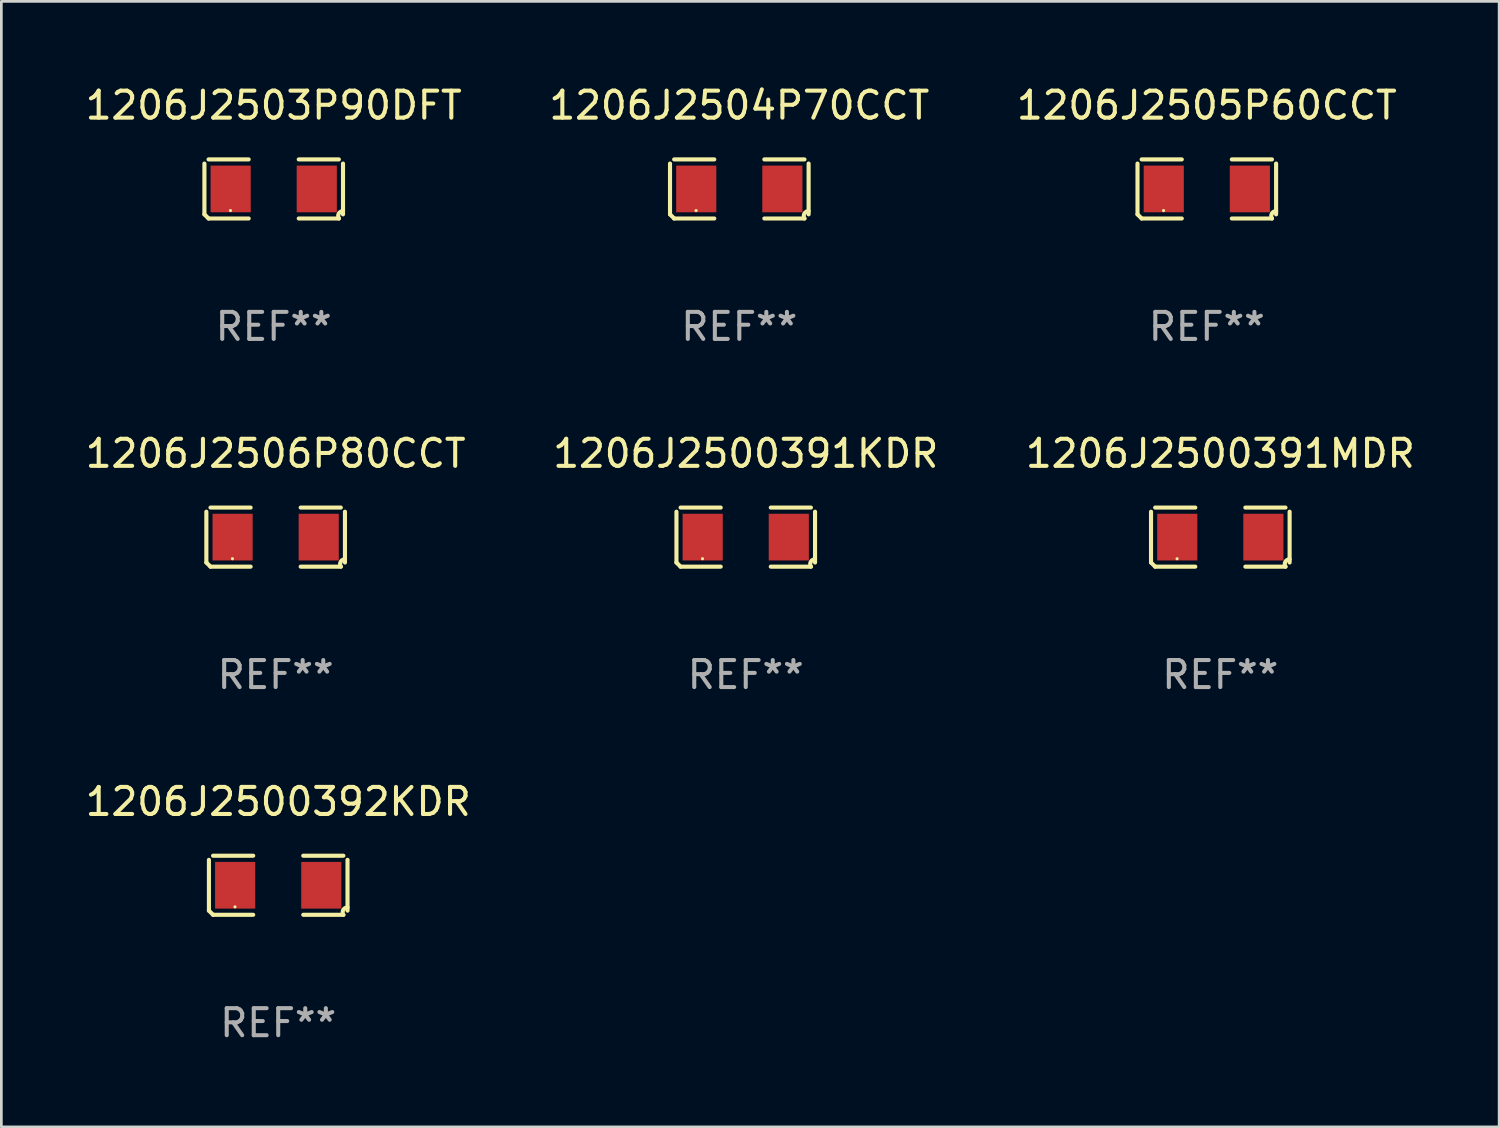
<source format=kicad_pcb>
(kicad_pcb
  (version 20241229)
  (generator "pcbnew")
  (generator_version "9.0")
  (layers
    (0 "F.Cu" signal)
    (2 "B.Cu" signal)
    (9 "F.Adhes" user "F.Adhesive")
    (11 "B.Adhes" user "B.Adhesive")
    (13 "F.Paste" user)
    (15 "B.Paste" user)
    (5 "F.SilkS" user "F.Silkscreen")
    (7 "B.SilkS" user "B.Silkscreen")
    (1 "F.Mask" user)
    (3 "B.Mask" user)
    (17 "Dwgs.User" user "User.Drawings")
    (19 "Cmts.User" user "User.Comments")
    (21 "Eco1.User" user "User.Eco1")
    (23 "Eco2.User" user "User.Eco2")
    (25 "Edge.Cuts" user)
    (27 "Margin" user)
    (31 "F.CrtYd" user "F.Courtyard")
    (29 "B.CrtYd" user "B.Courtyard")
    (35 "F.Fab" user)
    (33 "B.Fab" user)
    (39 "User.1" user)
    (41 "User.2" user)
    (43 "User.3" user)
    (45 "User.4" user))
  (footprint "1206J2503P90DFT"
    (layer "F.Cu")
    (at 7.077 3.941)
    (property "Reference" "1206J2503P90DFT" (at 0 -3.093 0) (layer "F.SilkS") (effects (font (size 1 1) (thickness 0.15))))
    (attr through_hole)
    (fp_line (start -2.564 0.94) (end -2.564 -0.94) (stroke (width 0.152) (type solid)) (layer "F.SilkS"))
    (fp_line (start -2.411 -1.093) (end -0.926 -1.093) (stroke (width 0.152) (type solid)) (layer "F.SilkS"))
    (fp_line (start -0.926 1.093) (end -2.411 1.093) (stroke (width 0.152) (type solid)) (layer "F.SilkS"))
    (fp_line (start 0.926 1.093) (end 2.411 1.093) (stroke (width 0.152) (type solid)) (layer "F.SilkS"))
    (fp_line (start 2.411 -1.093) (end 0.926 -1.093) (stroke (width 0.152) (type solid)) (layer "F.SilkS"))
    (fp_line (start 2.564 0.94) (end 2.564 -0.94) (stroke (width 0.152) (type solid)) (layer "F.SilkS"))
    (fp_arc (start -2.411201 1.092609) (mid -2.487413 1.01642) (end -2.563602 0.940208) (stroke (width 0.1524) (type solid)) (layer "F.SilkS"))
    (fp_arc (start 2.411201 1.092609) (mid 2.407159 0.911226) (end 2.563602 0.819347) (stroke (width 0.1524) (type solid)) (layer "F.SilkS"))
    (fp_circle (center -1.6 0.8) (end -1.57 0.8) (stroke (width 0.06) (type solid)) (fill no) (layer "F.SilkS"))
    (fp_text user "REF**" (at 0 5.093 0) (layer "F.Fab") (effects (font (size 1 1) (thickness 0.15))))
    (pad "1" smd rect (at -1.593 0) (size 1.485 1.728) (layers "F.Cu" "F.Mask" "F.Paste"))
    (pad "2" smd rect (at 1.593 0) (size 1.485 1.728) (layers "F.Cu" "F.Mask" "F.Paste")))
  (footprint "1206J2500391MDR"
    (layer "F.Cu")
    (at 42.101 16.823)
    (property "Reference" "1206J2500391MDR" (at 0 -3.093 0) (layer "F.SilkS") (effects (font (size 1 1) (thickness 0.15))))
    (attr through_hole)
    (fp_line (start -2.564 0.94) (end -2.564 -0.94) (stroke (width 0.152) (type solid)) (layer "F.SilkS"))
    (fp_line (start -2.411 -1.093) (end -0.926 -1.093) (stroke (width 0.152) (type solid)) (layer "F.SilkS"))
    (fp_line (start -0.926 1.093) (end -2.411 1.093) (stroke (width 0.152) (type solid)) (layer "F.SilkS"))
    (fp_line (start 0.926 1.093) (end 2.411 1.093) (stroke (width 0.152) (type solid)) (layer "F.SilkS"))
    (fp_line (start 2.411 -1.093) (end 0.926 -1.093) (stroke (width 0.152) (type solid)) (layer "F.SilkS"))
    (fp_line (start 2.564 0.94) (end 2.564 -0.94) (stroke (width 0.152) (type solid)) (layer "F.SilkS"))
    (fp_arc (start -2.411201 1.092609) (mid -2.487413 1.01642) (end -2.563602 0.940208) (stroke (width 0.1524) (type solid)) (layer "F.SilkS"))
    (fp_arc (start 2.411201 1.092609) (mid 2.407159 0.911226) (end 2.563602 0.819347) (stroke (width 0.1524) (type solid)) (layer "F.SilkS"))
    (fp_circle (center -1.6 0.8) (end -1.57 0.8) (stroke (width 0.06) (type solid)) (fill no) (layer "F.SilkS"))
    (fp_text user "REF**" (at 0 5.093 0) (layer "F.Fab") (effects (font (size 1 1) (thickness 0.15))))
    (pad "1" smd rect (at -1.593 0) (size 1.485 1.728) (layers "F.Cu" "F.Mask" "F.Paste"))
    (pad "2" smd rect (at 1.593 0) (size 1.485 1.728) (layers "F.Cu" "F.Mask" "F.Paste")))
  (footprint "1206J2505P60CCT"
    (layer "F.Cu")
    (at 41.601 3.941)
    (property "Reference" "1206J2505P60CCT" (at 0 -3.093 0) (layer "F.SilkS") (effects (font (size 1 1) (thickness 0.15))))
    (attr through_hole)
    (fp_line (start -2.564 0.94) (end -2.564 -0.94) (stroke (width 0.152) (type solid)) (layer "F.SilkS"))
    (fp_line (start -2.411 -1.093) (end -0.926 -1.093) (stroke (width 0.152) (type solid)) (layer "F.SilkS"))
    (fp_line (start -0.926 1.093) (end -2.411 1.093) (stroke (width 0.152) (type solid)) (layer "F.SilkS"))
    (fp_line (start 0.926 1.093) (end 2.411 1.093) (stroke (width 0.152) (type solid)) (layer "F.SilkS"))
    (fp_line (start 2.411 -1.093) (end 0.926 -1.093) (stroke (width 0.152) (type solid)) (layer "F.SilkS"))
    (fp_line (start 2.564 0.94) (end 2.564 -0.94) (stroke (width 0.152) (type solid)) (layer "F.SilkS"))
    (fp_arc (start -2.411201 1.092609) (mid -2.487413 1.01642) (end -2.563602 0.940208) (stroke (width 0.1524) (type solid)) (layer "F.SilkS"))
    (fp_arc (start 2.411201 1.092609) (mid 2.407159 0.911226) (end 2.563602 0.819347) (stroke (width 0.1524) (type solid)) (layer "F.SilkS"))
    (fp_circle (center -1.6 0.8) (end -1.57 0.8) (stroke (width 0.06) (type solid)) (fill no) (layer "F.SilkS"))
    (fp_text user "REF**" (at 0 5.093 0) (layer "F.Fab") (effects (font (size 1 1) (thickness 0.15))))
    (pad "1" smd rect (at -1.593 0) (size 1.485 1.728) (layers "F.Cu" "F.Mask" "F.Paste"))
    (pad "2" smd rect (at 1.593 0) (size 1.485 1.728) (layers "F.Cu" "F.Mask" "F.Paste")))
  (footprint "1206J2504P70CCT"
    (layer "F.Cu")
    (at 24.304 3.941)
    (property "Reference" "1206J2504P70CCT" (at 0 -3.093 0) (layer "F.SilkS") (effects (font (size 1 1) (thickness 0.15))))
    (attr through_hole)
    (fp_line (start -2.564 0.94) (end -2.564 -0.94) (stroke (width 0.152) (type solid)) (layer "F.SilkS"))
    (fp_line (start -2.411 -1.093) (end -0.926 -1.093) (stroke (width 0.152) (type solid)) (layer "F.SilkS"))
    (fp_line (start -0.926 1.093) (end -2.411 1.093) (stroke (width 0.152) (type solid)) (layer "F.SilkS"))
    (fp_line (start 0.926 1.093) (end 2.411 1.093) (stroke (width 0.152) (type solid)) (layer "F.SilkS"))
    (fp_line (start 2.411 -1.093) (end 0.926 -1.093) (stroke (width 0.152) (type solid)) (layer "F.SilkS"))
    (fp_line (start 2.564 0.94) (end 2.564 -0.94) (stroke (width 0.152) (type solid)) (layer "F.SilkS"))
    (fp_arc (start -2.411201 1.092609) (mid -2.487413 1.01642) (end -2.563602 0.940208) (stroke (width 0.1524) (type solid)) (layer "F.SilkS"))
    (fp_arc (start 2.411201 1.092609) (mid 2.407159 0.911226) (end 2.563602 0.819347) (stroke (width 0.1524) (type solid)) (layer "F.SilkS"))
    (fp_circle (center -1.6 0.8) (end -1.57 0.8) (stroke (width 0.06) (type solid)) (fill no) (layer "F.SilkS"))
    (fp_text user "REF**" (at 0 5.093 0) (layer "F.Fab") (effects (font (size 1 1) (thickness 0.15))))
    (pad "1" smd rect (at -1.593 0) (size 1.485 1.728) (layers "F.Cu" "F.Mask" "F.Paste"))
    (pad "2" smd rect (at 1.593 0) (size 1.485 1.728) (layers "F.Cu" "F.Mask" "F.Paste")))
  (footprint "1206J2506P80CCT"
    (layer "F.Cu")
    (at 7.149 16.823)
    (property "Reference" "1206J2506P80CCT" (at 0 -3.093 0) (layer "F.SilkS") (effects (font (size 1 1) (thickness 0.15))))
    (attr through_hole)
    (fp_line (start -2.564 0.94) (end -2.564 -0.94) (stroke (width 0.152) (type solid)) (layer "F.SilkS"))
    (fp_line (start -2.411 -1.093) (end -0.926 -1.093) (stroke (width 0.152) (type solid)) (layer "F.SilkS"))
    (fp_line (start -0.926 1.093) (end -2.411 1.093) (stroke (width 0.152) (type solid)) (layer "F.SilkS"))
    (fp_line (start 0.926 1.093) (end 2.411 1.093) (stroke (width 0.152) (type solid)) (layer "F.SilkS"))
    (fp_line (start 2.411 -1.093) (end 0.926 -1.093) (stroke (width 0.152) (type solid)) (layer "F.SilkS"))
    (fp_line (start 2.564 0.94) (end 2.564 -0.94) (stroke (width 0.152) (type solid)) (layer "F.SilkS"))
    (fp_arc (start -2.411201 1.092609) (mid -2.487413 1.01642) (end -2.563602 0.940208) (stroke (width 0.1524) (type solid)) (layer "F.SilkS"))
    (fp_arc (start 2.411201 1.092609) (mid 2.407159 0.911226) (end 2.563602 0.819347) (stroke (width 0.1524) (type solid)) (layer "F.SilkS"))
    (fp_circle (center -1.6 0.8) (end -1.57 0.8) (stroke (width 0.06) (type solid)) (fill no) (layer "F.SilkS"))
    (fp_text user "REF**" (at 0 5.093 0) (layer "F.Fab") (effects (font (size 1 1) (thickness 0.15))))
    (pad "1" smd rect (at -1.593 0) (size 1.485 1.728) (layers "F.Cu" "F.Mask" "F.Paste"))
    (pad "2" smd rect (at 1.593 0) (size 1.485 1.728) (layers "F.Cu" "F.Mask" "F.Paste")))
  (footprint "1206J2500392KDR"
    (layer "F.Cu")
    (at 7.244 29.704)
    (property "Reference" "1206J2500392KDR" (at 0 -3.093 0) (layer "F.SilkS") (effects (font (size 1 1) (thickness 0.15))))
    (attr through_hole)
    (fp_line (start -2.564 0.94) (end -2.564 -0.94) (stroke (width 0.152) (type solid)) (layer "F.SilkS"))
    (fp_line (start -2.411 -1.093) (end -0.926 -1.093) (stroke (width 0.152) (type solid)) (layer "F.SilkS"))
    (fp_line (start -0.926 1.093) (end -2.411 1.093) (stroke (width 0.152) (type solid)) (layer "F.SilkS"))
    (fp_line (start 0.926 1.093) (end 2.411 1.093) (stroke (width 0.152) (type solid)) (layer "F.SilkS"))
    (fp_line (start 2.411 -1.093) (end 0.926 -1.093) (stroke (width 0.152) (type solid)) (layer "F.SilkS"))
    (fp_line (start 2.564 0.94) (end 2.564 -0.94) (stroke (width 0.152) (type solid)) (layer "F.SilkS"))
    (fp_arc (start -2.411201 1.092609) (mid -2.487413 1.01642) (end -2.563602 0.940208) (stroke (width 0.1524) (type solid)) (layer "F.SilkS"))
    (fp_arc (start 2.411201 1.092609) (mid 2.407159 0.911226) (end 2.563602 0.819347) (stroke (width 0.1524) (type solid)) (layer "F.SilkS"))
    (fp_circle (center -1.6 0.8) (end -1.57 0.8) (stroke (width 0.06) (type solid)) (fill no) (layer "F.SilkS"))
    (fp_text user "REF**" (at 0 5.093 0) (layer "F.Fab") (effects (font (size 1 1) (thickness 0.15))))
    (pad "1" smd rect (at -1.593 0) (size 1.485 1.728) (layers "F.Cu" "F.Mask" "F.Paste"))
    (pad "2" smd rect (at 1.593 0) (size 1.485 1.728) (layers "F.Cu" "F.Mask" "F.Paste")))
  (footprint "1206J2500391KDR"
    (layer "F.Cu")
    (at 24.542 16.823)
    (property "Reference" "1206J2500391KDR" (at 0 -3.093 0) (layer "F.SilkS") (effects (font (size 1 1) (thickness 0.15))))
    (attr through_hole)
    (fp_line (start -2.564 0.94) (end -2.564 -0.94) (stroke (width 0.152) (type solid)) (layer "F.SilkS"))
    (fp_line (start -2.411 -1.093) (end -0.926 -1.093) (stroke (width 0.152) (type solid)) (layer "F.SilkS"))
    (fp_line (start -0.926 1.093) (end -2.411 1.093) (stroke (width 0.152) (type solid)) (layer "F.SilkS"))
    (fp_line (start 0.926 1.093) (end 2.411 1.093) (stroke (width 0.152) (type solid)) (layer "F.SilkS"))
    (fp_line (start 2.411 -1.093) (end 0.926 -1.093) (stroke (width 0.152) (type solid)) (layer "F.SilkS"))
    (fp_line (start 2.564 0.94) (end 2.564 -0.94) (stroke (width 0.152) (type solid)) (layer "F.SilkS"))
    (fp_arc (start -2.411201 1.092609) (mid -2.487413 1.01642) (end -2.563602 0.940208) (stroke (width 0.1524) (type solid)) (layer "F.SilkS"))
    (fp_arc (start 2.411201 1.092609) (mid 2.407159 0.911226) (end 2.563602 0.819347) (stroke (width 0.1524) (type solid)) (layer "F.SilkS"))
    (fp_circle (center -1.6 0.8) (end -1.57 0.8) (stroke (width 0.06) (type solid)) (fill no) (layer "F.SilkS"))
    (fp_text user "REF**" (at 0 5.093 0) (layer "F.Fab") (effects (font (size 1 1) (thickness 0.15))))
    (pad "1" smd rect (at -1.593 0) (size 1.485 1.728) (layers "F.Cu" "F.Mask" "F.Paste"))
    (pad "2" smd rect (at 1.593 0) (size 1.485 1.728) (layers "F.Cu" "F.Mask" "F.Paste")))
  (gr_rect
    (start -3 -3)
    (end 52.417 38.645)
    (stroke (width 0.1) (type default))
    (fill no)
    (layer "Edge.Cuts")))
</source>
